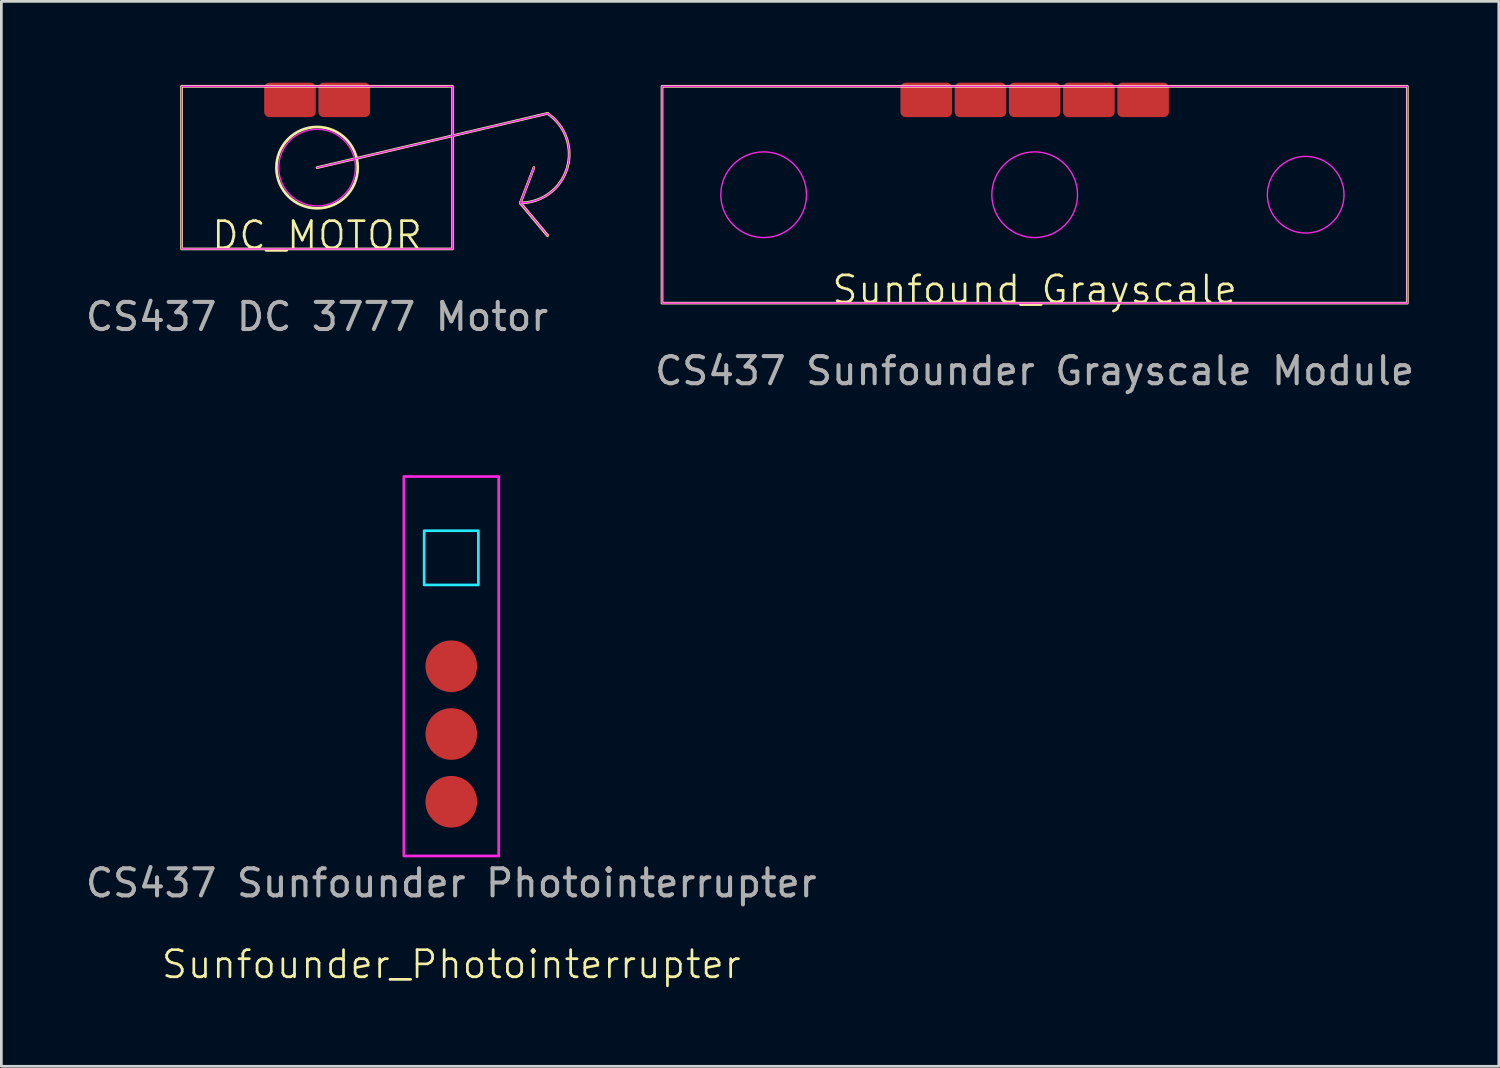
<source format=kicad_pcb>
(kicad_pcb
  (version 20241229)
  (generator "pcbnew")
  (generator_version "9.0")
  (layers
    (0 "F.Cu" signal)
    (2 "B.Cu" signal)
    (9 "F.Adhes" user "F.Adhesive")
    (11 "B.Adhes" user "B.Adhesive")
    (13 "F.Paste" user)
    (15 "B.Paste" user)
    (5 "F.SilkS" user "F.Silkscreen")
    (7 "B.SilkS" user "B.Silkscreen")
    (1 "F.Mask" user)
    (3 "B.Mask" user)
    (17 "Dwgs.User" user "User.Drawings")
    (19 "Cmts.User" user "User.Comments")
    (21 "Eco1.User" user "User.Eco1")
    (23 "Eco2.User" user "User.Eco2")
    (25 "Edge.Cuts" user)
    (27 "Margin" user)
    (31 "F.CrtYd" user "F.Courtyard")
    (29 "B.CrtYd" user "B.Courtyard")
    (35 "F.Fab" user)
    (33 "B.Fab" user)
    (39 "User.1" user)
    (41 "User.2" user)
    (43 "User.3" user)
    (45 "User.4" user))
  (footprint "Sunfounder_Photointerrupter"
    (layer "F.Cu")
    (at 13.601 27.033)
    (property "Reference" "Sunfounder_Photointerrupter" (at 0 5.5 0) (unlocked yes) (layer "F.SilkS") (effects (font (size 1 1) (thickness 0.1))))
    (attr smd)
    (fp_rect (start -1 -10.5) (end 1 -8.5) (stroke (width 0.1) (type solid)) (fill no) (layer "B.CrtYd"))
    (fp_rect (start -1.75 -12.5) (end 1.75 1.5) (stroke (width 0.1) (type solid)) (fill no) (layer "F.CrtYd"))
    (fp_text user "CS437 Sunfounder Photointerrupter" (at 0 2.5 0) (unlocked yes) (layer "F.Fab") (effects (font (size 1 1) (thickness 0.15))))
    (pad "GND" smd circle (at 0 -0.5) (size 1.905 1.905) (layers "F.Cu" "F.Mask" "F.Paste"))
    (pad "SIG" smd circle (at 0 -5.5) (size 1.905 1.905) (layers "F.Cu" "F.Mask" "F.Paste"))
    (pad "Vcc" smd circle (at 0 -3) (size 1.905 1.905) (layers "F.Cu" "F.Mask" "F.Paste")))
  (footprint "DC_MOTOR"
    (layer "F.Cu")
    (at 8.649 6.135)
    (property "Reference" "DC_MOTOR" (at 0 -0.5 0) (unlocked yes) (layer "F.SilkS") (effects (font (size 1 1) (thickness 0.1))))
    (attr smd)
    (fp_line (start 0 -3) (end 8.5 -5) (stroke (width 0.1) (type default)) (layer "F.SilkS"))
    (fp_line (start 7.5 -1.697) (end 8 -3) (stroke (width 0.1) (type default)) (layer "F.SilkS"))
    (fp_line (start 7.5 -1.697) (end 8.5 -0.5) (stroke (width 0.1) (type default)) (layer "F.SilkS"))
    (fp_line (start 8.5 -0.5) (end 7.5 -1.697) (stroke (width 0.1) (type default)) (layer "F.SilkS"))
    (fp_rect (start -5 -6) (end 5 0) (stroke (width 0.1) (type default)) (fill no) (layer "F.SilkS"))
    (fp_arc (start 8.5 -5) (mid 9.225422 -2.977584) (end 7.5 -1.697224) (stroke (width 0.1) (type default)) (layer "F.SilkS"))
    (fp_circle (center 0 -3) (end 1.5 -3) (stroke (width 0.1) (type default)) (fill no) (layer "F.SilkS"))
    (fp_line (start 0 -3) (end 8.5 -5) (stroke (width 0.05) (type default)) (layer "F.CrtYd"))
    (fp_line (start 7.5 -1.697) (end 8.5 -0.5) (stroke (width 0.05) (type default)) (layer "F.CrtYd"))
    (fp_line (start 7.5 -1.697) (end 8 -3) (stroke (width 0.05) (type default)) (layer "F.CrtYd"))
    (fp_line (start 8 -3) (end 7.5 -1.697) (stroke (width 0.05) (type default)) (layer "F.CrtYd"))
    (fp_rect (start -5 -6) (end 5 0) (stroke (width 0.05) (type default)) (fill no) (layer "F.CrtYd"))
    (fp_arc (start 8.5 -5) (mid 9.225422 -2.977584) (end 7.5 -1.697224) (stroke (width 0.05) (type default)) (layer "F.CrtYd"))
    (fp_circle (center 0 -3) (end 1 -2) (stroke (width 0.05) (type default)) (fill no) (layer "F.CrtYd"))
    (fp_text user "CS437 DC 3777 Motor" (at 0 2.5 0) (unlocked yes) (layer "F.Fab") (effects (font (size 1 1) (thickness 0.15))))
    (pad "1" smd roundrect (at -1 -5.5) (size 1.905 1.27) (layers "F.Cu" "F.Mask" "F.Paste") (roundrect_rratio 0.15))
    (pad "2" smd roundrect (at 1 -5.5) (size 1.905 1.27) (layers "F.Cu" "F.Mask" "F.Paste") (roundrect_rratio 0.15)))
  (footprint "Sunfound_Grayscale"
    (layer "F.Cu")
    (at 35.127 8.135)
    (property "Reference" "Sunfound_Grayscale" (at 0 -0.5 0) (unlocked yes) (layer "F.SilkS") (effects (font (size 1 1) (thickness 0.1))))
    (attr smd)
    (fp_rect (start -13.75 -8) (end 13.75 0) (stroke (width 0.1) (type default)) (fill no) (layer "F.SilkS"))
    (fp_circle (center -10 -4) (end -8.5 -4) (stroke (width 0.1) (type default)) (fill no) (layer "Margin"))
    (fp_circle (center 0 -4) (end 1.5 -4) (stroke (width 0.1) (type default)) (fill no) (layer "Margin"))
    (fp_circle (center 10 -4) (end 11.5 -4) (stroke (width 0.1) (type default)) (fill no) (layer "Margin"))
    (fp_rect (start -13.75 -8) (end 13.75 0) (stroke (width 0.05) (type default)) (fill no) (layer "F.CrtYd"))
    (fp_circle (center -10 -4) (end -8.5 -4.5) (stroke (width 0.05) (type default)) (fill no) (layer "F.CrtYd"))
    (fp_circle (center 0 -4) (end 1.5 -3.5) (stroke (width 0.05) (type default)) (fill no) (layer "F.CrtYd"))
    (fp_circle (center 10 -4) (end 11 -5) (stroke (width 0.05) (type default)) (fill no) (layer "F.CrtYd"))
    (fp_text user "CS437 Sunfounder Grayscale Module" (at 0 2.5 0) (unlocked yes) (layer "F.Fab") (effects (font (size 1 1) (thickness 0.15))))
    (pad "3V3" smd roundrect (at 2 -7.5) (size 1.905 1.27) (layers "F.Cu" "F.Mask" "F.Paste") (roundrect_rratio 0.15))
    (pad "GND" smd roundrect (at 4 -7.5) (size 1.905 1.27) (layers "F.Cu" "F.Mask" "F.Paste") (roundrect_rratio 0.15))
    (pad "S0" smd roundrect (at 0 -7.5) (size 1.905 1.27) (layers "F.Cu" "F.Mask" "F.Paste") (roundrect_rratio 0.15))
    (pad "S1" smd roundrect (at -2 -7.5) (size 1.905 1.27) (layers "F.Cu" "F.Mask" "F.Paste") (roundrect_rratio 0.15))
    (pad "S2" smd roundrect (at -4 -7.5) (size 1.905 1.27) (layers "F.Cu" "F.Mask" "F.Paste") (roundrect_rratio 0.15)))
  (gr_rect
    (start -3 -3)
    (end 52.252 36.294)
    (stroke (width 0.1) (type default))
    (fill no)
    (layer "Edge.Cuts")))
</source>
